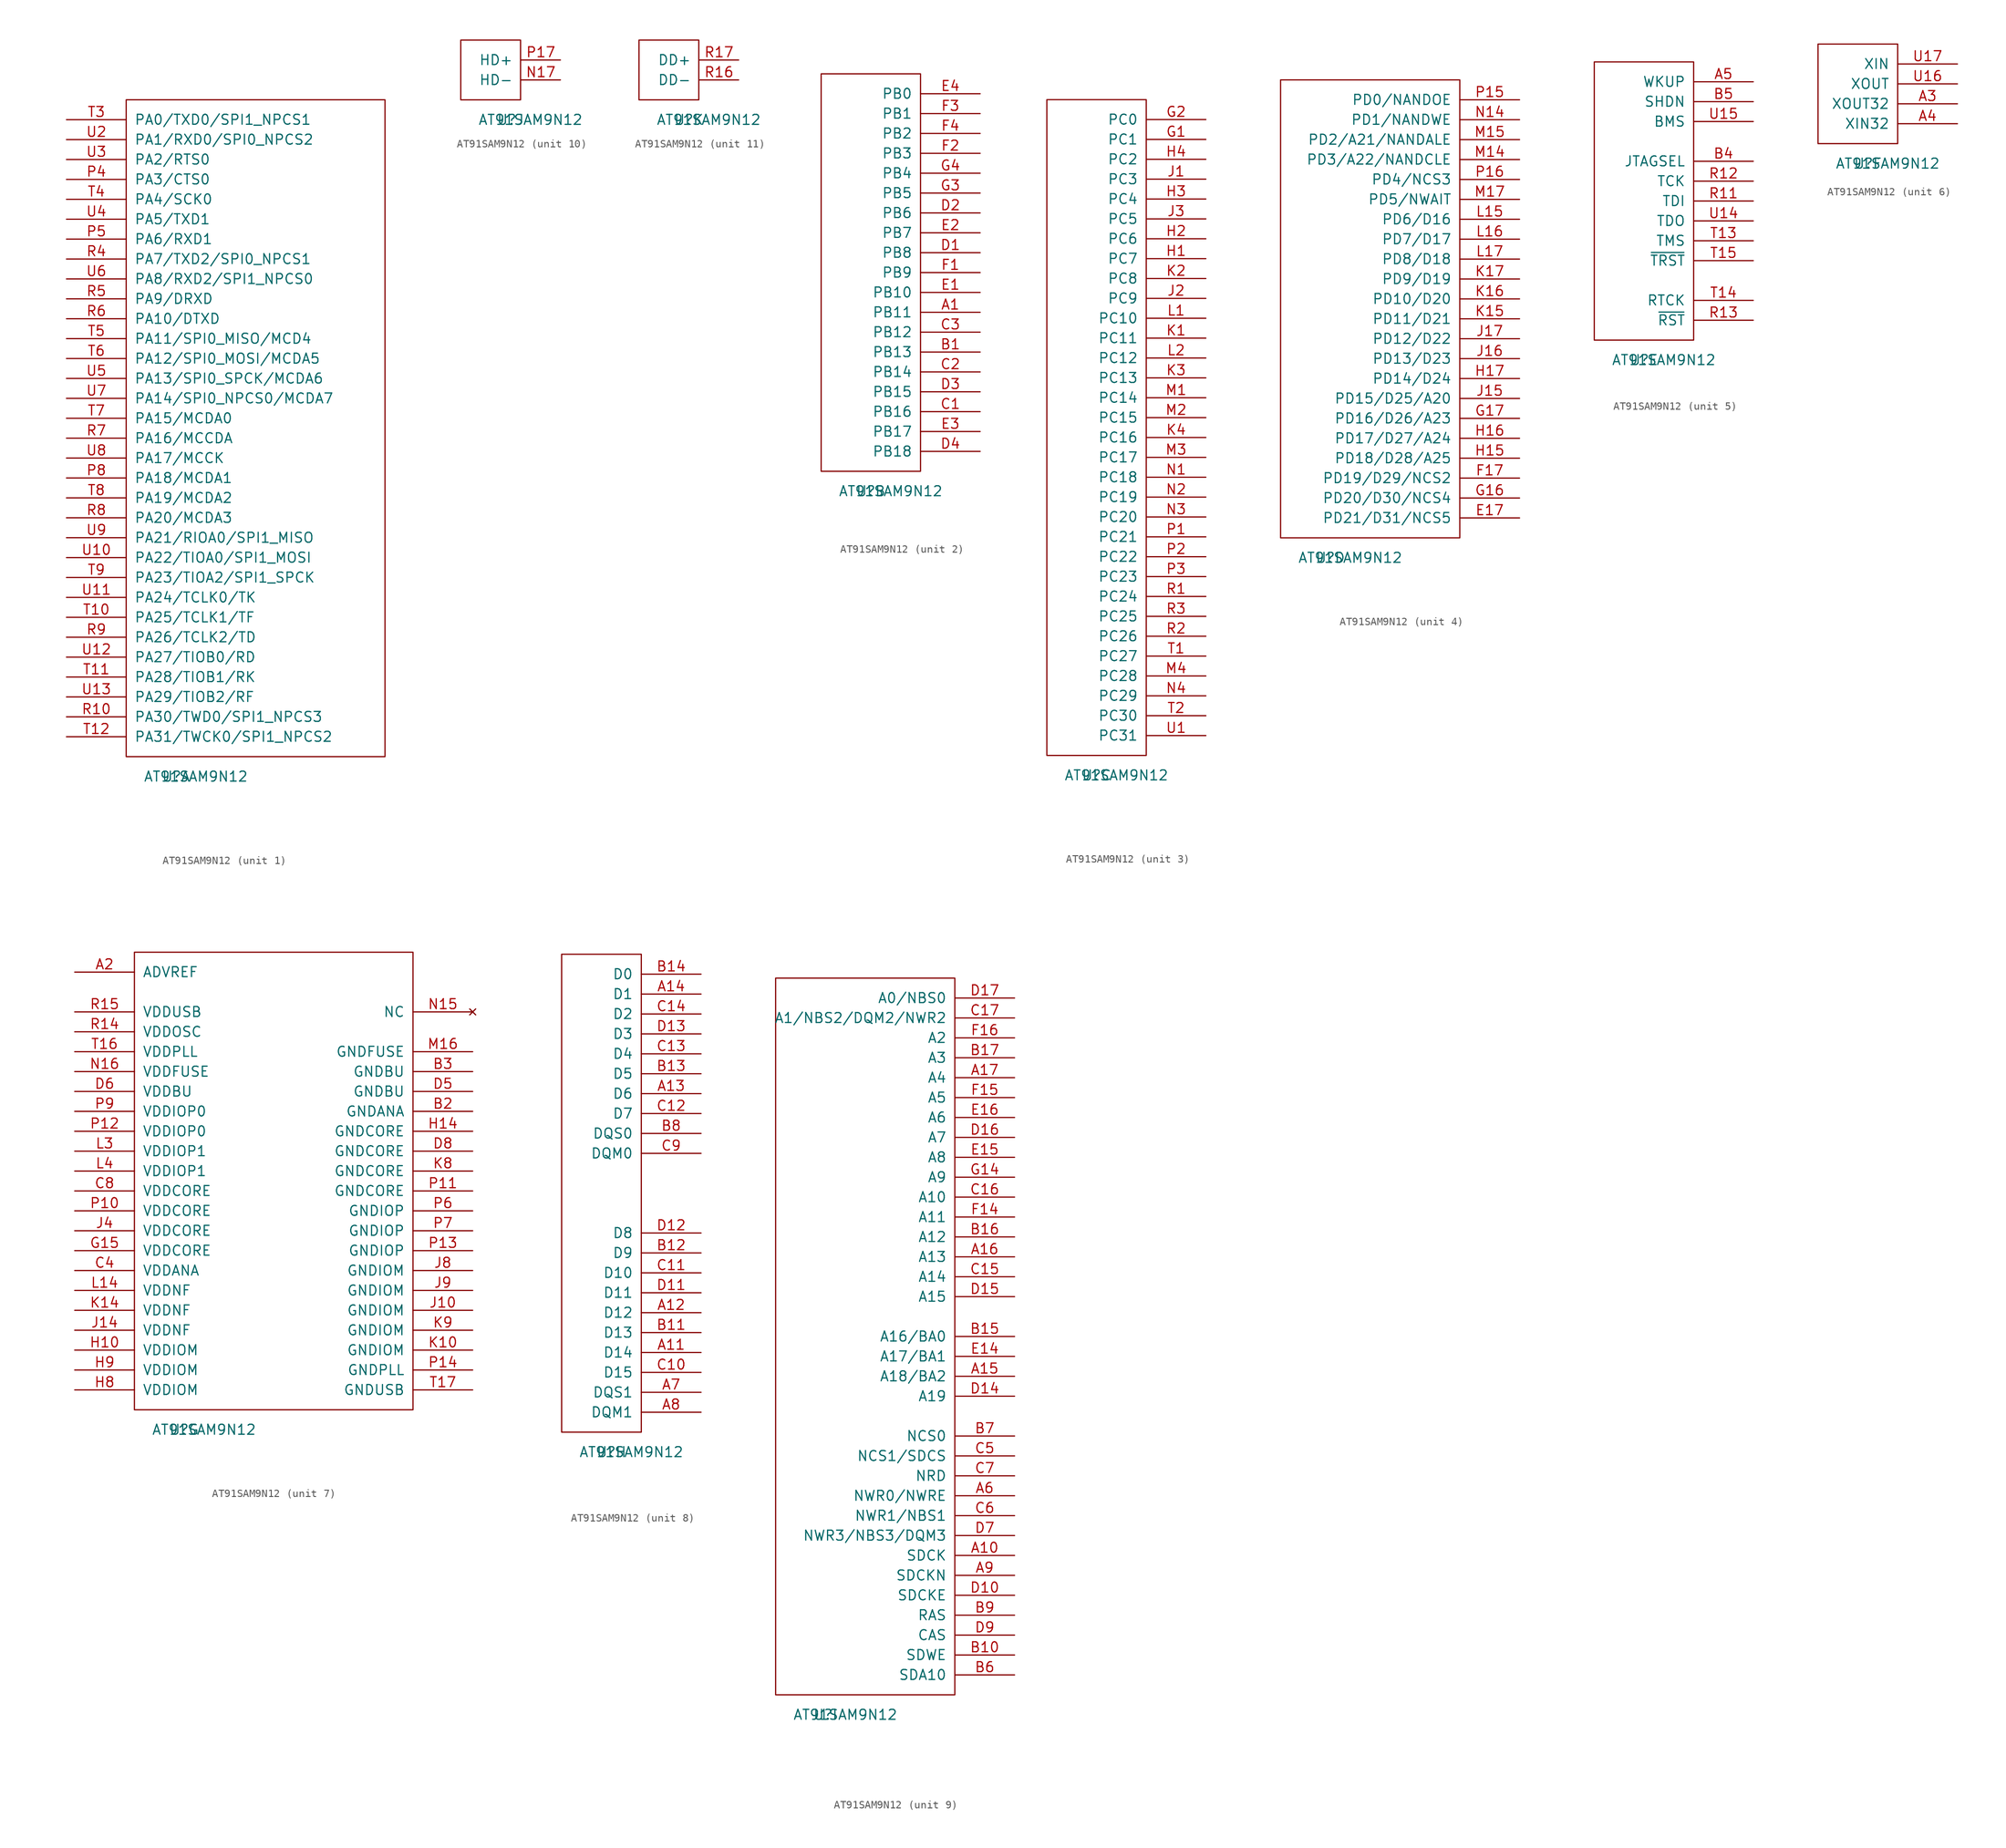
<source format=kicad_sym>
(kicad_symbol_lib
  (version 20220914)
  (generator kicad_symbol_editor)
  (symbol "AT91SAM9N12"
    (pin_names
      (offset 1.016))
    (property "Reference" "U"
      (at 6.35 -2.54 0)
      (effects (font (size 1.27 1.27))))
    (property "Value" "AT91SAM9N12"
      (at 8.89 -2.54 0)
      (effects (font (size 1.27 1.27))))
    (property "ki_locked" ""
      (at 0 0 0)
      (effects (font (size 1.27 1.27))))
    (symbol "AT91SAM9N12_1_0"
      (rectangle (start 0 0) (end 33.02 83.82) (stroke (width 0) (type solid)) (fill (type none))))
    (symbol "AT91SAM9N12_1_1"
      (pin bidirectional line (at -7.62 73.66 0) (length 7.62) (name "PA3/CTS0" (effects (font (size 1.27 1.27)))) (number "P4" (effects (font (size 1.27 1.27)))))
      (pin bidirectional line (at -7.62 66.04 0) (length 7.62) (name "PA6/RXD1" (effects (font (size 1.27 1.27)))) (number "P5" (effects (font (size 1.27 1.27)))))
      (pin bidirectional line (at -7.62 35.56 0) (length 7.62) (name "PA18/MCDA1" (effects (font (size 1.27 1.27)))) (number "P8" (effects (font (size 1.27 1.27)))))
      (pin bidirectional line (at -7.62 5.08 0) (length 7.62) (name "PA30/TWD0/SPI1_NPCS3" (effects (font (size 1.27 1.27)))) (number "R10" (effects (font (size 1.27 1.27)))))
      (pin bidirectional line (at -7.62 63.5 0) (length 7.62) (name "PA7/TXD2/SPI0_NPCS1" (effects (font (size 1.27 1.27)))) (number "R4" (effects (font (size 1.27 1.27)))))
      (pin bidirectional line (at -7.62 58.42 0) (length 7.62) (name "PA9/DRXD" (effects (font (size 1.27 1.27)))) (number "R5" (effects (font (size 1.27 1.27)))))
      (pin bidirectional line (at -7.62 55.88 0) (length 7.62) (name "PA10/DTXD" (effects (font (size 1.27 1.27)))) (number "R6" (effects (font (size 1.27 1.27)))))
      (pin bidirectional line (at -7.62 40.64 0) (length 7.62) (name "PA16/MCCDA" (effects (font (size 1.27 1.27)))) (number "R7" (effects (font (size 1.27 1.27)))))
      (pin bidirectional line (at -7.62 30.48 0) (length 7.62) (name "PA20/MCDA3" (effects (font (size 1.27 1.27)))) (number "R8" (effects (font (size 1.27 1.27)))))
      (pin bidirectional line (at -7.62 15.24 0) (length 7.62) (name "PA26/TCLK2/TD" (effects (font (size 1.27 1.27)))) (number "R9" (effects (font (size 1.27 1.27)))))
      (pin bidirectional line (at -7.62 17.78 0) (length 7.62) (name "PA25/TCLK1/TF" (effects (font (size 1.27 1.27)))) (number "T10" (effects (font (size 1.27 1.27)))))
      (pin bidirectional line (at -7.62 10.16 0) (length 7.62) (name "PA28/TIOB1/RK" (effects (font (size 1.27 1.27)))) (number "T11" (effects (font (size 1.27 1.27)))))
      (pin bidirectional line (at -7.62 2.54 0) (length 7.62) (name "PA31/TWCK0/SPI1_NPCS2" (effects (font (size 1.27 1.27)))) (number "T12" (effects (font (size 1.27 1.27)))))
      (pin output line (at -7.62 81.28 0) (length 7.62) (name "PA0/TXD0/SPI1_NPCS1" (effects (font (size 1.27 1.27)))) (number "T3" (effects (font (size 1.27 1.27)))))
      (pin bidirectional line (at -7.62 71.12 0) (length 7.62) (name "PA4/SCK0" (effects (font (size 1.27 1.27)))) (number "T4" (effects (font (size 1.27 1.27)))))
      (pin bidirectional line (at -7.62 53.34 0) (length 7.62) (name "PA11/SPI0_MISO/MCD4" (effects (font (size 1.27 1.27)))) (number "T5" (effects (font (size 1.27 1.27)))))
      (pin bidirectional line (at -7.62 50.8 0) (length 7.62) (name "PA12/SPI0_MOSI/MCDA5" (effects (font (size 1.27 1.27)))) (number "T6" (effects (font (size 1.27 1.27)))))
      (pin bidirectional line (at -7.62 43.18 0) (length 7.62) (name "PA15/MCDA0" (effects (font (size 1.27 1.27)))) (number "T7" (effects (font (size 1.27 1.27)))))
      (pin bidirectional line (at -7.62 33.02 0) (length 7.62) (name "PA19/MCDA2" (effects (font (size 1.27 1.27)))) (number "T8" (effects (font (size 1.27 1.27)))))
      (pin bidirectional line (at -7.62 22.86 0) (length 7.62) (name "PA23/TIOA2/SPI1_SPCK" (effects (font (size 1.27 1.27)))) (number "T9" (effects (font (size 1.27 1.27)))))
      (pin bidirectional line (at -7.62 25.4 0) (length 7.62) (name "PA22/TIOA0/SPI1_MOSI" (effects (font (size 1.27 1.27)))) (number "U10" (effects (font (size 1.27 1.27)))))
      (pin bidirectional line (at -7.62 20.32 0) (length 7.62) (name "PA24/TCLK0/TK" (effects (font (size 1.27 1.27)))) (number "U11" (effects (font (size 1.27 1.27)))))
      (pin bidirectional line (at -7.62 12.7 0) (length 7.62) (name "PA27/TIOB0/RD" (effects (font (size 1.27 1.27)))) (number "U12" (effects (font (size 1.27 1.27)))))
      (pin bidirectional line (at -7.62 7.62 0) (length 7.62) (name "PA29/TIOB2/RF" (effects (font (size 1.27 1.27)))) (number "U13" (effects (font (size 1.27 1.27)))))
      (pin bidirectional line (at -7.62 78.74 0) (length 7.62) (name "PA1/RXD0/SPI0_NPCS2" (effects (font (size 1.27 1.27)))) (number "U2" (effects (font (size 1.27 1.27)))))
      (pin output line (at -7.62 76.2 0) (length 7.62) (name "PA2/RTS0" (effects (font (size 1.27 1.27)))) (number "U3" (effects (font (size 1.27 1.27)))))
      (pin bidirectional line (at -7.62 68.58 0) (length 7.62) (name "PA5/TXD1" (effects (font (size 1.27 1.27)))) (number "U4" (effects (font (size 1.27 1.27)))))
      (pin bidirectional line (at -7.62 48.26 0) (length 7.62) (name "PA13/SPI0_SPCK/MCDA6" (effects (font (size 1.27 1.27)))) (number "U5" (effects (font (size 1.27 1.27)))))
      (pin bidirectional line (at -7.62 60.96 0) (length 7.62) (name "PA8/RXD2/SPI1_NPCS0" (effects (font (size 1.27 1.27)))) (number "U6" (effects (font (size 1.27 1.27)))))
      (pin bidirectional line (at -7.62 45.72 0) (length 7.62) (name "PA14/SPI0_NPCS0/MCDA7" (effects (font (size 1.27 1.27)))) (number "U7" (effects (font (size 1.27 1.27)))))
      (pin bidirectional line (at -7.62 38.1 0) (length 7.62) (name "PA17/MCCK" (effects (font (size 1.27 1.27)))) (number "U8" (effects (font (size 1.27 1.27)))))
      (pin bidirectional line (at -7.62 27.94 0) (length 7.62) (name "PA21/RIOA0/SPI1_MISO" (effects (font (size 1.27 1.27)))) (number "U9" (effects (font (size 1.27 1.27))))))
    (symbol "AT91SAM9N12_2_0"
      (rectangle (start 0 0) (end 12.7 50.8) (stroke (width 0) (type solid)) (fill (type none))))
    (symbol "AT91SAM9N12_2_1"
      (pin input line (at 20.32 20.32 180) (length 7.62) (name "PB11" (effects (font (size 1.27 1.27)))) (number "A1" (effects (font (size 1.27 1.27)))))
      (pin input line (at 20.32 15.24 180) (length 7.62) (name "PB13" (effects (font (size 1.27 1.27)))) (number "B1" (effects (font (size 1.27 1.27)))))
      (pin input line (at 20.32 7.62 180) (length 7.62) (name "PB16" (effects (font (size 1.27 1.27)))) (number "C1" (effects (font (size 1.27 1.27)))))
      (pin input line (at 20.32 12.7 180) (length 7.62) (name "PB14" (effects (font (size 1.27 1.27)))) (number "C2" (effects (font (size 1.27 1.27)))))
      (pin input line (at 20.32 17.78 180) (length 7.62) (name "PB12" (effects (font (size 1.27 1.27)))) (number "C3" (effects (font (size 1.27 1.27)))))
      (pin input line (at 20.32 27.94 180) (length 7.62) (name "PB8" (effects (font (size 1.27 1.27)))) (number "D1" (effects (font (size 1.27 1.27)))))
      (pin input line (at 20.32 33.02 180) (length 7.62) (name "PB6" (effects (font (size 1.27 1.27)))) (number "D2" (effects (font (size 1.27 1.27)))))
      (pin input line (at 20.32 10.16 180) (length 7.62) (name "PB15" (effects (font (size 1.27 1.27)))) (number "D3" (effects (font (size 1.27 1.27)))))
      (pin input line (at 20.32 2.54 180) (length 7.62) (name "PB18" (effects (font (size 1.27 1.27)))) (number "D4" (effects (font (size 1.27 1.27)))))
      (pin input line (at 20.32 22.86 180) (length 7.62) (name "PB10" (effects (font (size 1.27 1.27)))) (number "E1" (effects (font (size 1.27 1.27)))))
      (pin input line (at 20.32 30.48 180) (length 7.62) (name "PB7" (effects (font (size 1.27 1.27)))) (number "E2" (effects (font (size 1.27 1.27)))))
      (pin input line (at 20.32 5.08 180) (length 7.62) (name "PB17" (effects (font (size 1.27 1.27)))) (number "E3" (effects (font (size 1.27 1.27)))))
      (pin input line (at 20.32 48.26 180) (length 7.62) (name "PB0" (effects (font (size 1.27 1.27)))) (number "E4" (effects (font (size 1.27 1.27)))))
      (pin input line (at 20.32 25.4 180) (length 7.62) (name "PB9" (effects (font (size 1.27 1.27)))) (number "F1" (effects (font (size 1.27 1.27)))))
      (pin input line (at 20.32 40.64 180) (length 7.62) (name "PB3" (effects (font (size 1.27 1.27)))) (number "F2" (effects (font (size 1.27 1.27)))))
      (pin input line (at 20.32 45.72 180) (length 7.62) (name "PB1" (effects (font (size 1.27 1.27)))) (number "F3" (effects (font (size 1.27 1.27)))))
      (pin input line (at 20.32 43.18 180) (length 7.62) (name "PB2" (effects (font (size 1.27 1.27)))) (number "F4" (effects (font (size 1.27 1.27)))))
      (pin input line (at 20.32 35.56 180) (length 7.62) (name "PB5" (effects (font (size 1.27 1.27)))) (number "G3" (effects (font (size 1.27 1.27)))))
      (pin input line (at 20.32 38.1 180) (length 7.62) (name "PB4" (effects (font (size 1.27 1.27)))) (number "G4" (effects (font (size 1.27 1.27))))))
    (symbol "AT91SAM9N12_3_0"
      (rectangle (start 0 0) (end 12.7 83.82) (stroke (width 0) (type solid)) (fill (type none))))
    (symbol "AT91SAM9N12_3_1"
      (pin input line (at 20.32 78.74 180) (length 7.62) (name "PC1" (effects (font (size 1.27 1.27)))) (number "G1" (effects (font (size 1.27 1.27)))))
      (pin input line (at 20.32 81.28 180) (length 7.62) (name "PC0" (effects (font (size 1.27 1.27)))) (number "G2" (effects (font (size 1.27 1.27)))))
      (pin input line (at 20.32 63.5 180) (length 7.62) (name "PC7" (effects (font (size 1.27 1.27)))) (number "H1" (effects (font (size 1.27 1.27)))))
      (pin input line (at 20.32 66.04 180) (length 7.62) (name "PC6" (effects (font (size 1.27 1.27)))) (number "H2" (effects (font (size 1.27 1.27)))))
      (pin input line (at 20.32 71.12 180) (length 7.62) (name "PC4" (effects (font (size 1.27 1.27)))) (number "H3" (effects (font (size 1.27 1.27)))))
      (pin input line (at 20.32 76.2 180) (length 7.62) (name "PC2" (effects (font (size 1.27 1.27)))) (number "H4" (effects (font (size 1.27 1.27)))))
      (pin input line (at 20.32 73.66 180) (length 7.62) (name "PC3" (effects (font (size 1.27 1.27)))) (number "J1" (effects (font (size 1.27 1.27)))))
      (pin input line (at 20.32 58.42 180) (length 7.62) (name "PC9" (effects (font (size 1.27 1.27)))) (number "J2" (effects (font (size 1.27 1.27)))))
      (pin input line (at 20.32 68.58 180) (length 7.62) (name "PC5" (effects (font (size 1.27 1.27)))) (number "J3" (effects (font (size 1.27 1.27)))))
      (pin input line (at 20.32 53.34 180) (length 7.62) (name "PC11" (effects (font (size 1.27 1.27)))) (number "K1" (effects (font (size 1.27 1.27)))))
      (pin input line (at 20.32 60.96 180) (length 7.62) (name "PC8" (effects (font (size 1.27 1.27)))) (number "K2" (effects (font (size 1.27 1.27)))))
      (pin input line (at 20.32 48.26 180) (length 7.62) (name "PC13" (effects (font (size 1.27 1.27)))) (number "K3" (effects (font (size 1.27 1.27)))))
      (pin input line (at 20.32 40.64 180) (length 7.62) (name "PC16" (effects (font (size 1.27 1.27)))) (number "K4" (effects (font (size 1.27 1.27)))))
      (pin input line (at 20.32 55.88 180) (length 7.62) (name "PC10" (effects (font (size 1.27 1.27)))) (number "L1" (effects (font (size 1.27 1.27)))))
      (pin input line (at 20.32 50.8 180) (length 7.62) (name "PC12" (effects (font (size 1.27 1.27)))) (number "L2" (effects (font (size 1.27 1.27)))))
      (pin input line (at 20.32 45.72 180) (length 7.62) (name "PC14" (effects (font (size 1.27 1.27)))) (number "M1" (effects (font (size 1.27 1.27)))))
      (pin input line (at 20.32 43.18 180) (length 7.62) (name "PC15" (effects (font (size 1.27 1.27)))) (number "M2" (effects (font (size 1.27 1.27)))))
      (pin input line (at 20.32 38.1 180) (length 7.62) (name "PC17" (effects (font (size 1.27 1.27)))) (number "M3" (effects (font (size 1.27 1.27)))))
      (pin input line (at 20.32 10.16 180) (length 7.62) (name "PC28" (effects (font (size 1.27 1.27)))) (number "M4" (effects (font (size 1.27 1.27)))))
      (pin input line (at 20.32 35.56 180) (length 7.62) (name "PC18" (effects (font (size 1.27 1.27)))) (number "N1" (effects (font (size 1.27 1.27)))))
      (pin input line (at 20.32 33.02 180) (length 7.62) (name "PC19" (effects (font (size 1.27 1.27)))) (number "N2" (effects (font (size 1.27 1.27)))))
      (pin input line (at 20.32 30.48 180) (length 7.62) (name "PC20" (effects (font (size 1.27 1.27)))) (number "N3" (effects (font (size 1.27 1.27)))))
      (pin input line (at 20.32 7.62 180) (length 7.62) (name "PC29" (effects (font (size 1.27 1.27)))) (number "N4" (effects (font (size 1.27 1.27)))))
      (pin input line (at 20.32 27.94 180) (length 7.62) (name "PC21" (effects (font (size 1.27 1.27)))) (number "P1" (effects (font (size 1.27 1.27)))))
      (pin input line (at 20.32 25.4 180) (length 7.62) (name "PC22" (effects (font (size 1.27 1.27)))) (number "P2" (effects (font (size 1.27 1.27)))))
      (pin input line (at 20.32 22.86 180) (length 7.62) (name "PC23" (effects (font (size 1.27 1.27)))) (number "P3" (effects (font (size 1.27 1.27)))))
      (pin input line (at 20.32 20.32 180) (length 7.62) (name "PC24" (effects (font (size 1.27 1.27)))) (number "R1" (effects (font (size 1.27 1.27)))))
      (pin input line (at 20.32 15.24 180) (length 7.62) (name "PC26" (effects (font (size 1.27 1.27)))) (number "R2" (effects (font (size 1.27 1.27)))))
      (pin input line (at 20.32 17.78 180) (length 7.62) (name "PC25" (effects (font (size 1.27 1.27)))) (number "R3" (effects (font (size 1.27 1.27)))))
      (pin input line (at 20.32 12.7 180) (length 7.62) (name "PC27" (effects (font (size 1.27 1.27)))) (number "T1" (effects (font (size 1.27 1.27)))))
      (pin input line (at 20.32 5.08 180) (length 7.62) (name "PC30" (effects (font (size 1.27 1.27)))) (number "T2" (effects (font (size 1.27 1.27)))))
      (pin input line (at 20.32 2.54 180) (length 7.62) (name "PC31" (effects (font (size 1.27 1.27)))) (number "U1" (effects (font (size 1.27 1.27))))))
    (symbol "AT91SAM9N12_4_0"
      (rectangle (start 0 0) (end 22.86 58.42) (stroke (width 0) (type solid)) (fill (type none))))
    (symbol "AT91SAM9N12_4_1"
      (pin bidirectional line (at 30.48 2.54 180) (length 7.62) (name "PD21/D31/NCS5" (effects (font (size 1.27 1.27)))) (number "E17" (effects (font (size 1.27 1.27)))))
      (pin bidirectional line (at 30.48 7.62 180) (length 7.62) (name "PD19/D29/NCS2" (effects (font (size 1.27 1.27)))) (number "F17" (effects (font (size 1.27 1.27)))))
      (pin input line (at 30.48 5.08 180) (length 7.62) (name "PD20/D30/NCS4" (effects (font (size 1.27 1.27)))) (number "G16" (effects (font (size 1.27 1.27)))))
      (pin bidirectional line (at 30.48 15.24 180) (length 7.62) (name "PD16/D26/A23" (effects (font (size 1.27 1.27)))) (number "G17" (effects (font (size 1.27 1.27)))))
      (pin bidirectional line (at 30.48 10.16 180) (length 7.62) (name "PD18/D28/A25" (effects (font (size 1.27 1.27)))) (number "H15" (effects (font (size 1.27 1.27)))))
      (pin bidirectional line (at 30.48 12.7 180) (length 7.62) (name "PD17/D27/A24" (effects (font (size 1.27 1.27)))) (number "H16" (effects (font (size 1.27 1.27)))))
      (pin bidirectional line (at 30.48 20.32 180) (length 7.62) (name "PD14/D24" (effects (font (size 1.27 1.27)))) (number "H17" (effects (font (size 1.27 1.27)))))
      (pin bidirectional line (at 30.48 17.78 180) (length 7.62) (name "PD15/D25/A20" (effects (font (size 1.27 1.27)))) (number "J15" (effects (font (size 1.27 1.27)))))
      (pin bidirectional line (at 30.48 22.86 180) (length 7.62) (name "PD13/D23" (effects (font (size 1.27 1.27)))) (number "J16" (effects (font (size 1.27 1.27)))))
      (pin bidirectional line (at 30.48 25.4 180) (length 7.62) (name "PD12/D22" (effects (font (size 1.27 1.27)))) (number "J17" (effects (font (size 1.27 1.27)))))
      (pin bidirectional line (at 30.48 27.94 180) (length 7.62) (name "PD11/D21" (effects (font (size 1.27 1.27)))) (number "K15" (effects (font (size 1.27 1.27)))))
      (pin bidirectional line (at 30.48 30.48 180) (length 7.62) (name "PD10/D20" (effects (font (size 1.27 1.27)))) (number "K16" (effects (font (size 1.27 1.27)))))
      (pin bidirectional line (at 30.48 33.02 180) (length 7.62) (name "PD9/D19" (effects (font (size 1.27 1.27)))) (number "K17" (effects (font (size 1.27 1.27)))))
      (pin bidirectional line (at 30.48 40.64 180) (length 7.62) (name "PD6/D16" (effects (font (size 1.27 1.27)))) (number "L15" (effects (font (size 1.27 1.27)))))
      (pin bidirectional line (at 30.48 38.1 180) (length 7.62) (name "PD7/D17" (effects (font (size 1.27 1.27)))) (number "L16" (effects (font (size 1.27 1.27)))))
      (pin bidirectional line (at 30.48 35.56 180) (length 7.62) (name "PD8/D18" (effects (font (size 1.27 1.27)))) (number "L17" (effects (font (size 1.27 1.27)))))
      (pin output line (at 30.48 48.26 180) (length 7.62) (name "PD3/A22/NANDCLE" (effects (font (size 1.27 1.27)))) (number "M14" (effects (font (size 1.27 1.27)))))
      (pin output line (at 30.48 50.8 180) (length 7.62) (name "PD2/A21/NANDALE" (effects (font (size 1.27 1.27)))) (number "M15" (effects (font (size 1.27 1.27)))))
      (pin input line (at 30.48 43.18 180) (length 7.62) (name "PD5/NWAIT" (effects (font (size 1.27 1.27)))) (number "M17" (effects (font (size 1.27 1.27)))))
      (pin output line (at 30.48 53.34 180) (length 7.62) (name "PD1/NANDWE" (effects (font (size 1.27 1.27)))) (number "N14" (effects (font (size 1.27 1.27)))))
      (pin output line (at 30.48 55.88 180) (length 7.62) (name "PD0/NANDOE" (effects (font (size 1.27 1.27)))) (number "P15" (effects (font (size 1.27 1.27)))))
      (pin output line (at 30.48 45.72 180) (length 7.62) (name "PD4/NCS3" (effects (font (size 1.27 1.27)))) (number "P16" (effects (font (size 1.27 1.27))))))
    (symbol "AT91SAM9N12_5_0"
      (rectangle (start 0 0) (end 12.7 35.56) (stroke (width 0) (type solid)) (fill (type none))))
    (symbol "AT91SAM9N12_5_1"
      (pin input line (at 20.32 33.02 180) (length 7.62) (name "WKUP" (effects (font (size 1.27 1.27)))) (number "A5" (effects (font (size 1.27 1.27)))))
      (pin input line (at 20.32 22.86 180) (length 7.62) (name "JTAGSEL" (effects (font (size 1.27 1.27)))) (number "B4" (effects (font (size 1.27 1.27)))))
      (pin input line (at 20.32 30.48 180) (length 7.62) (name "SHDN" (effects (font (size 1.27 1.27)))) (number "B5" (effects (font (size 1.27 1.27)))))
      (pin input line (at 20.32 17.78 180) (length 7.62) (name "TDI" (effects (font (size 1.27 1.27)))) (number "R11" (effects (font (size 1.27 1.27)))))
      (pin input line (at 20.32 20.32 180) (length 7.62) (name "TCK" (effects (font (size 1.27 1.27)))) (number "R12" (effects (font (size 1.27 1.27)))))
      (pin input line (at 20.32 2.54 180) (length 7.62) (name "~{RST}" (effects (font (size 1.27 1.27)))) (number "R13" (effects (font (size 1.27 1.27)))))
      (pin input line (at 20.32 12.7 180) (length 7.62) (name "TMS" (effects (font (size 1.27 1.27)))) (number "T13" (effects (font (size 1.27 1.27)))))
      (pin input line (at 20.32 5.08 180) (length 7.62) (name "RTCK" (effects (font (size 1.27 1.27)))) (number "T14" (effects (font (size 1.27 1.27)))))
      (pin input line (at 20.32 10.16 180) (length 7.62) (name "~{TRST}" (effects (font (size 1.27 1.27)))) (number "T15" (effects (font (size 1.27 1.27)))))
      (pin input line (at 20.32 15.24 180) (length 7.62) (name "TDO" (effects (font (size 1.27 1.27)))) (number "U14" (effects (font (size 1.27 1.27)))))
      (pin input line (at 20.32 27.94 180) (length 7.62) (name "BMS" (effects (font (size 1.27 1.27)))) (number "U15" (effects (font (size 1.27 1.27))))))
    (symbol "AT91SAM9N12_6_0"
      (rectangle (start 0 0) (end 10.16 12.7) (stroke (width 0) (type solid)) (fill (type none))))
    (symbol "AT91SAM9N12_6_1"
      (pin output line (at 17.78 5.08 180) (length 7.62) (name "XOUT32" (effects (font (size 1.27 1.27)))) (number "A3" (effects (font (size 1.27 1.27)))))
      (pin input line (at 17.78 2.54 180) (length 7.62) (name "XIN32" (effects (font (size 1.27 1.27)))) (number "A4" (effects (font (size 1.27 1.27)))))
      (pin output line (at 17.78 7.62 180) (length 7.62) (name "XOUT" (effects (font (size 1.27 1.27)))) (number "U16" (effects (font (size 1.27 1.27)))))
      (pin input line (at 17.78 10.16 180) (length 7.62) (name "XIN" (effects (font (size 1.27 1.27)))) (number "U17" (effects (font (size 1.27 1.27))))))
    (symbol "AT91SAM9N12_7_0"
      (rectangle (start 0 0) (end 35.56 58.42) (stroke (width 0) (type solid)) (fill (type none))))
    (symbol "AT91SAM9N12_7_1"
      (pin power_in line (at -7.62 55.88 0) (length 7.62) (name "ADVREF" (effects (font (size 1.27 1.27)))) (number "A2" (effects (font (size 1.27 1.27)))))
      (pin power_in line (at 43.18 38.1 180) (length 7.62) (name "GNDANA" (effects (font (size 1.27 1.27)))) (number "B2" (effects (font (size 1.27 1.27)))))
      (pin power_in line (at 43.18 43.18 180) (length 7.62) (name "GNDBU" (effects (font (size 1.27 1.27)))) (number "B3" (effects (font (size 1.27 1.27)))))
      (pin power_in line (at -7.62 17.78 0) (length 7.62) (name "VDDANA" (effects (font (size 1.27 1.27)))) (number "C4" (effects (font (size 1.27 1.27)))))
      (pin power_in line (at -7.62 27.94 0) (length 7.62) (name "VDDCORE" (effects (font (size 1.27 1.27)))) (number "C8" (effects (font (size 1.27 1.27)))))
      (pin power_in line (at 43.18 40.64 180) (length 7.62) (name "GNDBU" (effects (font (size 1.27 1.27)))) (number "D5" (effects (font (size 1.27 1.27)))))
      (pin power_in line (at -7.62 40.64 0) (length 7.62) (name "VDDBU" (effects (font (size 1.27 1.27)))) (number "D6" (effects (font (size 1.27 1.27)))))
      (pin power_in line (at 43.18 33.02 180) (length 7.62) (name "GNDCORE" (effects (font (size 1.27 1.27)))) (number "D8" (effects (font (size 1.27 1.27)))))
      (pin power_in line (at -7.62 20.32 0) (length 7.62) (name "VDDCORE" (effects (font (size 1.27 1.27)))) (number "G15" (effects (font (size 1.27 1.27)))))
      (pin power_in line (at -7.62 7.62 0) (length 7.62) (name "VDDIOM" (effects (font (size 1.27 1.27)))) (number "H10" (effects (font (size 1.27 1.27)))))
      (pin power_in line (at 43.18 35.56 180) (length 7.62) (name "GNDCORE" (effects (font (size 1.27 1.27)))) (number "H14" (effects (font (size 1.27 1.27)))))
      (pin power_in line (at -7.62 2.54 0) (length 7.62) (name "VDDIOM" (effects (font (size 1.27 1.27)))) (number "H8" (effects (font (size 1.27 1.27)))))
      (pin power_in line (at -7.62 5.08 0) (length 7.62) (name "VDDIOM" (effects (font (size 1.27 1.27)))) (number "H9" (effects (font (size 1.27 1.27)))))
      (pin power_in line (at 43.18 12.7 180) (length 7.62) (name "GNDIOM" (effects (font (size 1.27 1.27)))) (number "J10" (effects (font (size 1.27 1.27)))))
      (pin power_in line (at -7.62 10.16 0) (length 7.62) (name "VDDNF" (effects (font (size 1.27 1.27)))) (number "J14" (effects (font (size 1.27 1.27)))))
      (pin power_in line (at -7.62 22.86 0) (length 7.62) (name "VDDCORE" (effects (font (size 1.27 1.27)))) (number "J4" (effects (font (size 1.27 1.27)))))
      (pin power_in line (at 43.18 17.78 180) (length 7.62) (name "GNDIOM" (effects (font (size 1.27 1.27)))) (number "J8" (effects (font (size 1.27 1.27)))))
      (pin power_in line (at 43.18 15.24 180) (length 7.62) (name "GNDIOM" (effects (font (size 1.27 1.27)))) (number "J9" (effects (font (size 1.27 1.27)))))
      (pin power_in line (at 43.18 7.62 180) (length 7.62) (name "GNDIOM" (effects (font (size 1.27 1.27)))) (number "K10" (effects (font (size 1.27 1.27)))))
      (pin power_in line (at -7.62 12.7 0) (length 7.62) (name "VDDNF" (effects (font (size 1.27 1.27)))) (number "K14" (effects (font (size 1.27 1.27)))))
      (pin power_in line (at 43.18 30.48 180) (length 7.62) (name "GNDCORE" (effects (font (size 1.27 1.27)))) (number "K8" (effects (font (size 1.27 1.27)))))
      (pin power_in line (at 43.18 10.16 180) (length 7.62) (name "GNDIOM" (effects (font (size 1.27 1.27)))) (number "K9" (effects (font (size 1.27 1.27)))))
      (pin power_in line (at -7.62 15.24 0) (length 7.62) (name "VDDNF" (effects (font (size 1.27 1.27)))) (number "L14" (effects (font (size 1.27 1.27)))))
      (pin power_in line (at -7.62 33.02 0) (length 7.62) (name "VDDIOP1" (effects (font (size 1.27 1.27)))) (number "L3" (effects (font (size 1.27 1.27)))))
      (pin power_in line (at -7.62 30.48 0) (length 7.62) (name "VDDIOP1" (effects (font (size 1.27 1.27)))) (number "L4" (effects (font (size 1.27 1.27)))))
      (pin power_in line (at 43.18 45.72 180) (length 7.62) (name "GNDFUSE" (effects (font (size 1.27 1.27)))) (number "M16" (effects (font (size 1.27 1.27)))))
      (pin no_connect line (at 43.18 50.8 180) (length 7.62) (name "NC" (effects (font (size 1.27 1.27)))) (number "N15" (effects (font (size 1.27 1.27)))))
      (pin power_in line (at -7.62 43.18 0) (length 7.62) (name "VDDFUSE" (effects (font (size 1.27 1.27)))) (number "N16" (effects (font (size 1.27 1.27)))))
      (pin power_in line (at -7.62 25.4 0) (length 7.62) (name "VDDCORE" (effects (font (size 1.27 1.27)))) (number "P10" (effects (font (size 1.27 1.27)))))
      (pin power_in line (at 43.18 27.94 180) (length 7.62) (name "GNDCORE" (effects (font (size 1.27 1.27)))) (number "P11" (effects (font (size 1.27 1.27)))))
      (pin power_in line (at -7.62 35.56 0) (length 7.62) (name "VDDIOP0" (effects (font (size 1.27 1.27)))) (number "P12" (effects (font (size 1.27 1.27)))))
      (pin power_in line (at 43.18 20.32 180) (length 7.62) (name "GNDIOP" (effects (font (size 1.27 1.27)))) (number "P13" (effects (font (size 1.27 1.27)))))
      (pin power_in line (at 43.18 5.08 180) (length 7.62) (name "GNDPLL" (effects (font (size 1.27 1.27)))) (number "P14" (effects (font (size 1.27 1.27)))))
      (pin power_in line (at 43.18 25.4 180) (length 7.62) (name "GNDIOP" (effects (font (size 1.27 1.27)))) (number "P6" (effects (font (size 1.27 1.27)))))
      (pin power_in line (at 43.18 22.86 180) (length 7.62) (name "GNDIOP" (effects (font (size 1.27 1.27)))) (number "P7" (effects (font (size 1.27 1.27)))))
      (pin power_in line (at -7.62 38.1 0) (length 7.62) (name "VDDIOP0" (effects (font (size 1.27 1.27)))) (number "P9" (effects (font (size 1.27 1.27)))))
      (pin power_in line (at -7.62 48.26 0) (length 7.62) (name "VDDOSC" (effects (font (size 1.27 1.27)))) (number "R14" (effects (font (size 1.27 1.27)))))
      (pin power_in line (at -7.62 50.8 0) (length 7.62) (name "VDDUSB" (effects (font (size 1.27 1.27)))) (number "R15" (effects (font (size 1.27 1.27)))))
      (pin power_in line (at -7.62 45.72 0) (length 7.62) (name "VDDPLL" (effects (font (size 1.27 1.27)))) (number "T16" (effects (font (size 1.27 1.27)))))
      (pin power_in line (at 43.18 2.54 180) (length 7.62) (name "GNDUSB" (effects (font (size 1.27 1.27)))) (number "T17" (effects (font (size 1.27 1.27))))))
    (symbol "AT91SAM9N12_8_0"
      (rectangle (start 0 0) (end 10.16 60.96) (stroke (width 0) (type solid)) (fill (type none))))
    (symbol "AT91SAM9N12_8_1"
      (pin bidirectional line (at 17.78 10.16 180) (length 7.62) (name "D14" (effects (font (size 1.27 1.27)))) (number "A11" (effects (font (size 1.27 1.27)))))
      (pin bidirectional line (at 17.78 15.24 180) (length 7.62) (name "D12" (effects (font (size 1.27 1.27)))) (number "A12" (effects (font (size 1.27 1.27)))))
      (pin bidirectional line (at 17.78 43.18 180) (length 7.62) (name "D6" (effects (font (size 1.27 1.27)))) (number "A13" (effects (font (size 1.27 1.27)))))
      (pin bidirectional line (at 17.78 55.88 180) (length 7.62) (name "D1" (effects (font (size 1.27 1.27)))) (number "A14" (effects (font (size 1.27 1.27)))))
      (pin bidirectional line (at 17.78 5.08 180) (length 7.62) (name "DQS1" (effects (font (size 1.27 1.27)))) (number "A7" (effects (font (size 1.27 1.27)))))
      (pin output line (at 17.78 2.54 180) (length 7.62) (name "DQM1" (effects (font (size 1.27 1.27)))) (number "A8" (effects (font (size 1.27 1.27)))))
      (pin bidirectional line (at 17.78 12.7 180) (length 7.62) (name "D13" (effects (font (size 1.27 1.27)))) (number "B11" (effects (font (size 1.27 1.27)))))
      (pin bidirectional line (at 17.78 22.86 180) (length 7.62) (name "D9" (effects (font (size 1.27 1.27)))) (number "B12" (effects (font (size 1.27 1.27)))))
      (pin bidirectional line (at 17.78 45.72 180) (length 7.62) (name "D5" (effects (font (size 1.27 1.27)))) (number "B13" (effects (font (size 1.27 1.27)))))
      (pin bidirectional line (at 17.78 58.42 180) (length 7.62) (name "D0" (effects (font (size 1.27 1.27)))) (number "B14" (effects (font (size 1.27 1.27)))))
      (pin bidirectional line (at 17.78 38.1 180) (length 7.62) (name "DQS0" (effects (font (size 1.27 1.27)))) (number "B8" (effects (font (size 1.27 1.27)))))
      (pin bidirectional line (at 17.78 7.62 180) (length 7.62) (name "D15" (effects (font (size 1.27 1.27)))) (number "C10" (effects (font (size 1.27 1.27)))))
      (pin bidirectional line (at 17.78 20.32 180) (length 7.62) (name "D10" (effects (font (size 1.27 1.27)))) (number "C11" (effects (font (size 1.27 1.27)))))
      (pin bidirectional line (at 17.78 40.64 180) (length 7.62) (name "D7" (effects (font (size 1.27 1.27)))) (number "C12" (effects (font (size 1.27 1.27)))))
      (pin bidirectional line (at 17.78 48.26 180) (length 7.62) (name "D4" (effects (font (size 1.27 1.27)))) (number "C13" (effects (font (size 1.27 1.27)))))
      (pin bidirectional line (at 17.78 53.34 180) (length 7.62) (name "D2" (effects (font (size 1.27 1.27)))) (number "C14" (effects (font (size 1.27 1.27)))))
      (pin output line (at 17.78 35.56 180) (length 7.62) (name "DQM0" (effects (font (size 1.27 1.27)))) (number "C9" (effects (font (size 1.27 1.27)))))
      (pin bidirectional line (at 17.78 17.78 180) (length 7.62) (name "D11" (effects (font (size 1.27 1.27)))) (number "D11" (effects (font (size 1.27 1.27)))))
      (pin bidirectional line (at 17.78 25.4 180) (length 7.62) (name "D8" (effects (font (size 1.27 1.27)))) (number "D12" (effects (font (size 1.27 1.27)))))
      (pin bidirectional line (at 17.78 50.8 180) (length 7.62) (name "D3" (effects (font (size 1.27 1.27)))) (number "D13" (effects (font (size 1.27 1.27))))))
    (symbol "AT91SAM9N12_9_0"
      (rectangle (start 0 0) (end 22.86 91.44) (stroke (width 0) (type solid)) (fill (type none))))
    (symbol "AT91SAM9N12_9_1"
      (pin output line (at 30.48 17.78 180) (length 7.62) (name "SDCK" (effects (font (size 1.27 1.27)))) (number "A10" (effects (font (size 1.27 1.27)))))
      (pin output line (at 30.48 40.64 180) (length 7.62) (name "A18/BA2" (effects (font (size 1.27 1.27)))) (number "A15" (effects (font (size 1.27 1.27)))))
      (pin output line (at 30.48 55.88 180) (length 7.62) (name "A13" (effects (font (size 1.27 1.27)))) (number "A16" (effects (font (size 1.27 1.27)))))
      (pin output line (at 30.48 78.74 180) (length 7.62) (name "A4" (effects (font (size 1.27 1.27)))) (number "A17" (effects (font (size 1.27 1.27)))))
      (pin output line (at 30.48 25.4 180) (length 7.62) (name "NWR0/NWRE" (effects (font (size 1.27 1.27)))) (number "A6" (effects (font (size 1.27 1.27)))))
      (pin output line (at 30.48 15.24 180) (length 7.62) (name "SDCKN" (effects (font (size 1.27 1.27)))) (number "A9" (effects (font (size 1.27 1.27)))))
      (pin output line (at 30.48 5.08 180) (length 7.62) (name "SDWE" (effects (font (size 1.27 1.27)))) (number "B10" (effects (font (size 1.27 1.27)))))
      (pin output line (at 30.48 45.72 180) (length 7.62) (name "A16/BA0" (effects (font (size 1.27 1.27)))) (number "B15" (effects (font (size 1.27 1.27)))))
      (pin output line (at 30.48 58.42 180) (length 7.62) (name "A12" (effects (font (size 1.27 1.27)))) (number "B16" (effects (font (size 1.27 1.27)))))
      (pin output line (at 30.48 81.28 180) (length 7.62) (name "A3" (effects (font (size 1.27 1.27)))) (number "B17" (effects (font (size 1.27 1.27)))))
      (pin output line (at 30.48 2.54 180) (length 7.62) (name "SDA10" (effects (font (size 1.27 1.27)))) (number "B6" (effects (font (size 1.27 1.27)))))
      (pin output line (at 30.48 33.02 180) (length 7.62) (name "NCS0" (effects (font (size 1.27 1.27)))) (number "B7" (effects (font (size 1.27 1.27)))))
      (pin output line (at 30.48 10.16 180) (length 7.62) (name "RAS" (effects (font (size 1.27 1.27)))) (number "B9" (effects (font (size 1.27 1.27)))))
      (pin output line (at 30.48 53.34 180) (length 7.62) (name "A14" (effects (font (size 1.27 1.27)))) (number "C15" (effects (font (size 1.27 1.27)))))
      (pin output line (at 30.48 63.5 180) (length 7.62) (name "A10" (effects (font (size 1.27 1.27)))) (number "C16" (effects (font (size 1.27 1.27)))))
      (pin output line (at 30.48 86.36 180) (length 7.62) (name "A1/NBS2/DQM2/NWR2" (effects (font (size 1.27 1.27)))) (number "C17" (effects (font (size 1.27 1.27)))))
      (pin output line (at 30.48 30.48 180) (length 7.62) (name "NCS1/SDCS" (effects (font (size 1.27 1.27)))) (number "C5" (effects (font (size 1.27 1.27)))))
      (pin output line (at 30.48 22.86 180) (length 7.62) (name "NWR1/NBS1" (effects (font (size 1.27 1.27)))) (number "C6" (effects (font (size 1.27 1.27)))))
      (pin output line (at 30.48 27.94 180) (length 7.62) (name "NRD" (effects (font (size 1.27 1.27)))) (number "C7" (effects (font (size 1.27 1.27)))))
      (pin output line (at 30.48 12.7 180) (length 7.62) (name "SDCKE" (effects (font (size 1.27 1.27)))) (number "D10" (effects (font (size 1.27 1.27)))))
      (pin output line (at 30.48 38.1 180) (length 7.62) (name "A19" (effects (font (size 1.27 1.27)))) (number "D14" (effects (font (size 1.27 1.27)))))
      (pin output line (at 30.48 50.8 180) (length 7.62) (name "A15" (effects (font (size 1.27 1.27)))) (number "D15" (effects (font (size 1.27 1.27)))))
      (pin output line (at 30.48 71.12 180) (length 7.62) (name "A7" (effects (font (size 1.27 1.27)))) (number "D16" (effects (font (size 1.27 1.27)))))
      (pin output line (at 30.48 88.9 180) (length 7.62) (name "A0/NBS0" (effects (font (size 1.27 1.27)))) (number "D17" (effects (font (size 1.27 1.27)))))
      (pin output line (at 30.48 20.32 180) (length 7.62) (name "NWR3/NBS3/DQM3" (effects (font (size 1.27 1.27)))) (number "D7" (effects (font (size 1.27 1.27)))))
      (pin output line (at 30.48 7.62 180) (length 7.62) (name "CAS" (effects (font (size 1.27 1.27)))) (number "D9" (effects (font (size 1.27 1.27)))))
      (pin output line (at 30.48 43.18 180) (length 7.62) (name "A17/BA1" (effects (font (size 1.27 1.27)))) (number "E14" (effects (font (size 1.27 1.27)))))
      (pin output line (at 30.48 68.58 180) (length 7.62) (name "A8" (effects (font (size 1.27 1.27)))) (number "E15" (effects (font (size 1.27 1.27)))))
      (pin output line (at 30.48 73.66 180) (length 7.62) (name "A6" (effects (font (size 1.27 1.27)))) (number "E16" (effects (font (size 1.27 1.27)))))
      (pin output line (at 30.48 60.96 180) (length 7.62) (name "A11" (effects (font (size 1.27 1.27)))) (number "F14" (effects (font (size 1.27 1.27)))))
      (pin output line (at 30.48 76.2 180) (length 7.62) (name "A5" (effects (font (size 1.27 1.27)))) (number "F15" (effects (font (size 1.27 1.27)))))
      (pin output line (at 30.48 83.82 180) (length 7.62) (name "A2" (effects (font (size 1.27 1.27)))) (number "F16" (effects (font (size 1.27 1.27)))))
      (pin output line (at 30.48 66.04 180) (length 7.62) (name "A9" (effects (font (size 1.27 1.27)))) (number "G14" (effects (font (size 1.27 1.27))))))
    (symbol "AT91SAM9N12_10_0"
      (rectangle (start 0 0) (end 7.62 7.62) (stroke (width 0) (type solid)) (fill (type none))))
    (symbol "AT91SAM9N12_10_1"
      (pin bidirectional line (at 12.7 2.54 180) (length 5.004) (name "HD-" (effects (font (size 1.27 1.27)))) (number "N17" (effects (font (size 1.27 1.27)))))
      (pin bidirectional line (at 12.7 5.08 180) (length 5.004) (name "HD+" (effects (font (size 1.27 1.27)))) (number "P17" (effects (font (size 1.27 1.27))))))
    (symbol "AT91SAM9N12_11_0"
      (rectangle (start 0 0) (end 7.62 7.62) (stroke (width 0) (type solid)) (fill (type none))))
    (symbol "AT91SAM9N12_11_1"
      (pin bidirectional line (at 12.7 2.54 180) (length 5.004) (name "DD-" (effects (font (size 1.27 1.27)))) (number "R16" (effects (font (size 1.27 1.27)))))
      (pin bidirectional line (at 12.7 5.08 180) (length 5.004) (name "DD+" (effects (font (size 1.27 1.27)))) (number "R17" (effects (font (size 1.27 1.27))))))))
</source>
